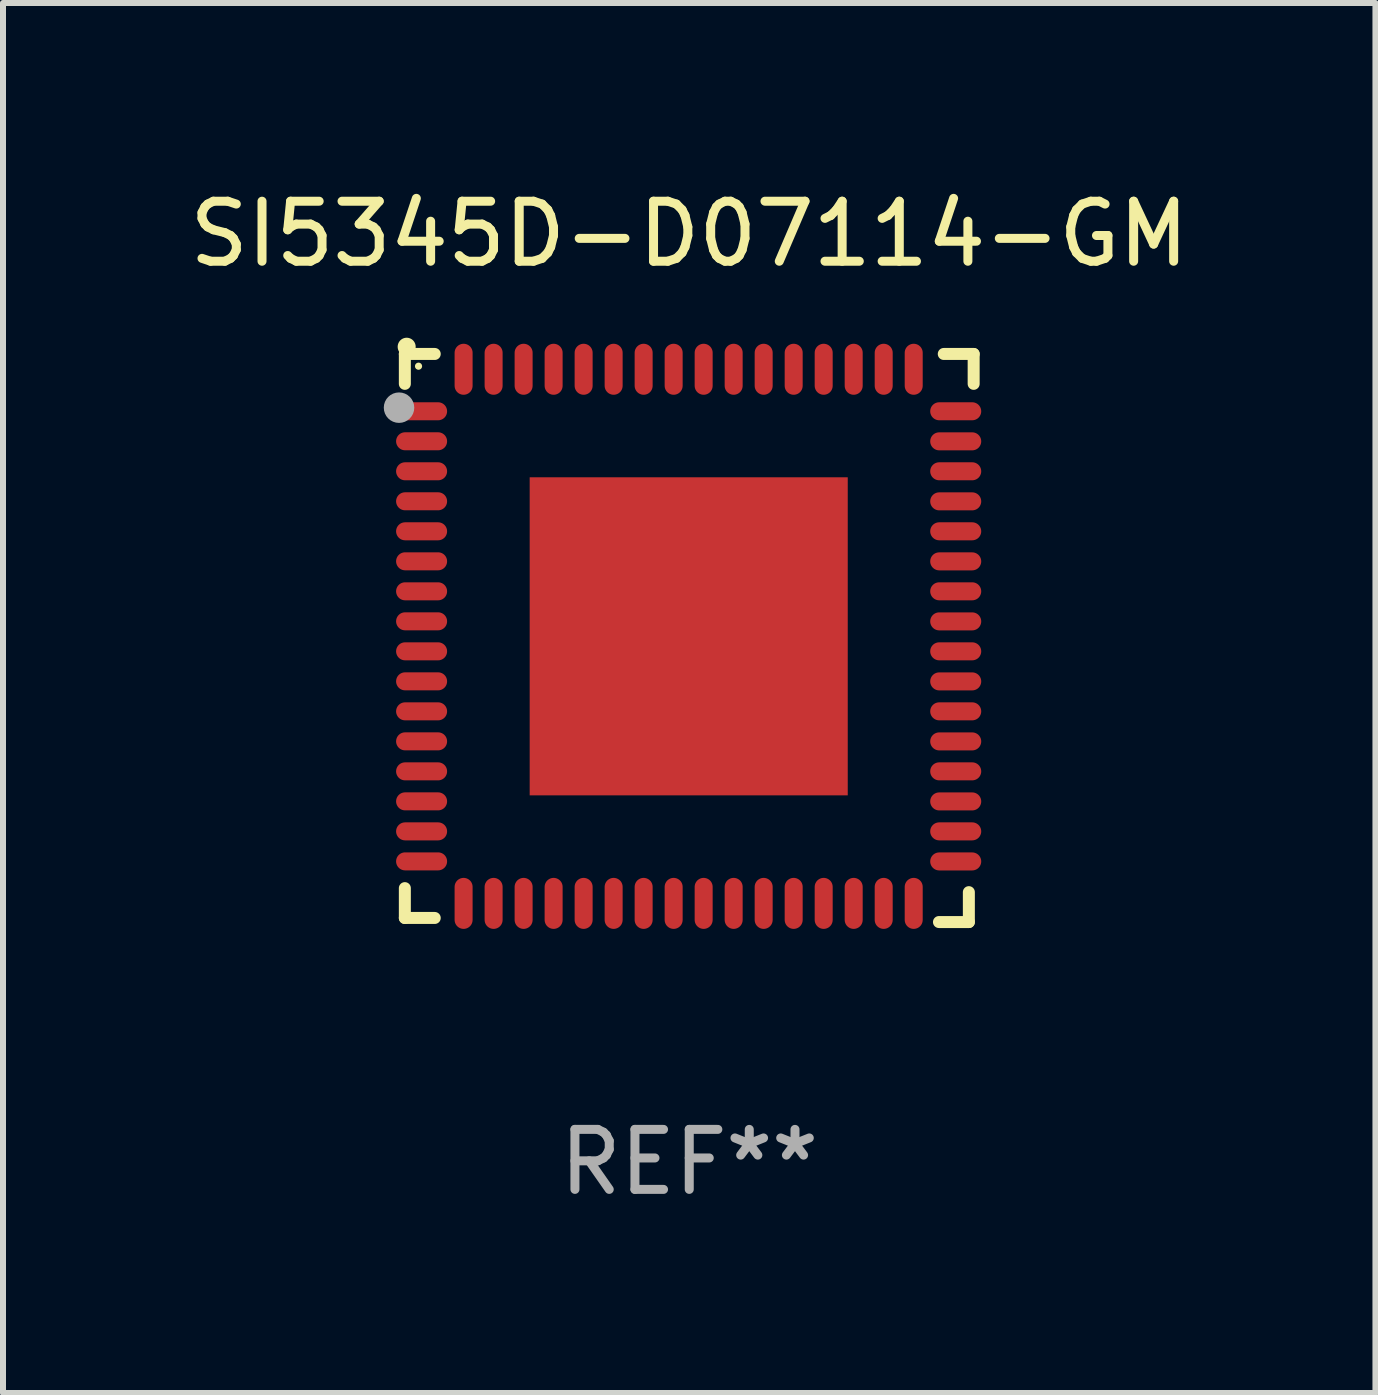
<source format=kicad_pcb>
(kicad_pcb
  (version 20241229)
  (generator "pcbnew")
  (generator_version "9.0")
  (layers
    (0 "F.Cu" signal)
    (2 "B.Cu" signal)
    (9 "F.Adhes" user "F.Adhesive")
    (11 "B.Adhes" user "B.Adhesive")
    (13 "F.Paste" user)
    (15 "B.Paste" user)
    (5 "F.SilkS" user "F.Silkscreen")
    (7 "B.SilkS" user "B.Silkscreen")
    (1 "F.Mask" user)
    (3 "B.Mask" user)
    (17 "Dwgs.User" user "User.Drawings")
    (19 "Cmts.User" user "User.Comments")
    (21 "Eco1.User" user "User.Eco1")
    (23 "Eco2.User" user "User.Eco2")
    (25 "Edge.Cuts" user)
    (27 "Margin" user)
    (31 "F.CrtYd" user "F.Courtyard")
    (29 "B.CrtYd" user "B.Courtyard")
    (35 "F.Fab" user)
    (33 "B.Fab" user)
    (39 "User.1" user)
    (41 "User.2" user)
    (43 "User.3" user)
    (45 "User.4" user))
  (footprint "SI5345D-D07114-GM"
    (layer "F.Cu")
    (at 8.435 7.581)
    (property "Reference" "SI5345D-D07114-GM" (at 0 -6.733 0) (layer "F.SilkS") (effects (font (size 1 1) (thickness 0.15))))
    (attr through_hole)
    (fp_line (start -4.739 -4.733) (end -4.241 -4.733) (stroke (width 0.2) (type solid)) (layer "F.SilkS"))
    (fp_line (start -4.739 -4.235) (end -4.739 -4.733) (stroke (width 0.2) (type solid)) (layer "F.SilkS"))
    (fp_line (start -4.739 4.168) (end -4.739 4.665) (stroke (width 0.2) (type solid)) (layer "F.SilkS"))
    (fp_line (start -4.739 4.665) (end -4.241 4.665) (stroke (width 0.2) (type solid)) (layer "F.SilkS"))
    (fp_line (start 4.161 4.733) (end 4.659 4.733) (stroke (width 0.2) (type solid)) (layer "F.SilkS"))
    (fp_line (start 4.241 -4.733) (end 4.739 -4.733) (stroke (width 0.2) (type solid)) (layer "F.SilkS"))
    (fp_line (start 4.659 4.733) (end 4.659 4.235) (stroke (width 0.2) (type solid)) (layer "F.SilkS"))
    (fp_line (start 4.739 -4.733) (end 4.739 -4.235) (stroke (width 0.2) (type solid)) (layer "F.SilkS"))
    (fp_arc (start -4.708623 -4.85108) (mid -4.708628 -4.85235) (end -4.708623 -4.85362) (stroke (width 0.3) (type solid)) (layer "F.SilkS"))
    (fp_circle (center -4.511 -4.529) (end -4.481 -4.529) (stroke (width 0.06) (type solid)) (fill no) (layer "F.SilkS"))
    (fp_circle (center -4.836 -3.838) (end -4.709 -3.838) (stroke (width 0.254) (type solid)) (fill no) (layer "F.Fab"))
    (fp_text user "REF**" (at 0 8.733 0) (layer "F.Fab") (effects (font (size 1 1) (thickness 0.15))))
    (pad "1" smd oval (at -4.46 -3.778) (size 0.85 0.3) (layers "F.Cu" "F.Mask" "F.Paste"))
    (pad "2" smd oval (at -4.46 -3.278) (size 0.85 0.3) (layers "F.Cu" "F.Mask" "F.Paste"))
    (pad "3" smd oval (at -4.46 -2.778) (size 0.85 0.3) (layers "F.Cu" "F.Mask" "F.Paste"))
    (pad "4" smd oval (at -4.46 -2.278) (size 0.85 0.3) (layers "F.Cu" "F.Mask" "F.Paste"))
    (pad "5" smd oval (at -4.46 -1.778) (size 0.85 0.3) (layers "F.Cu" "F.Mask" "F.Paste"))
    (pad "6" smd oval (at -4.46 -1.278) (size 0.85 0.3) (layers "F.Cu" "F.Mask" "F.Paste"))
    (pad "7" smd oval (at -4.46 -0.778) (size 0.85 0.3) (layers "F.Cu" "F.Mask" "F.Paste"))
    (pad "8" smd oval (at -4.46 -0.278) (size 0.85 0.3) (layers "F.Cu" "F.Mask" "F.Paste"))
    (pad "9" smd oval (at -4.46 0.222) (size 0.85 0.3) (layers "F.Cu" "F.Mask" "F.Paste"))
    (pad "10" smd oval (at -4.46 0.722) (size 0.85 0.3) (layers "F.Cu" "F.Mask" "F.Paste"))
    (pad "11" smd oval (at -4.46 1.222) (size 0.85 0.3) (layers "F.Cu" "F.Mask" "F.Paste"))
    (pad "12" smd oval (at -4.46 1.722) (size 0.85 0.3) (layers "F.Cu" "F.Mask" "F.Paste"))
    (pad "13" smd oval (at -4.46 2.222) (size 0.85 0.3) (layers "F.Cu" "F.Mask" "F.Paste"))
    (pad "14" smd oval (at -4.46 2.722) (size 0.85 0.3) (layers "F.Cu" "F.Mask" "F.Paste"))
    (pad "15" smd oval (at -4.46 3.222) (size 0.85 0.3) (layers "F.Cu" "F.Mask" "F.Paste"))
    (pad "16" smd oval (at -4.46 3.722) (size 0.85 0.3) (layers "F.Cu" "F.Mask" "F.Paste"))
    (pad "17" smd oval (at -3.76 4.422) (size 0.3 0.85) (layers "F.Cu" "F.Mask" "F.Paste"))
    (pad "18" smd oval (at -3.26 4.422) (size 0.3 0.85) (layers "F.Cu" "F.Mask" "F.Paste"))
    (pad "19" smd oval (at -2.76 4.422) (size 0.3 0.85) (layers "F.Cu" "F.Mask" "F.Paste"))
    (pad "20" smd oval (at -2.26 4.422) (size 0.3 0.85) (layers "F.Cu" "F.Mask" "F.Paste"))
    (pad "21" smd oval (at -1.76 4.422) (size 0.3 0.85) (layers "F.Cu" "F.Mask" "F.Paste"))
    (pad "22" smd oval (at -1.26 4.422) (size 0.3 0.85) (layers "F.Cu" "F.Mask" "F.Paste"))
    (pad "23" smd oval (at -0.76 4.422) (size 0.3 0.85) (layers "F.Cu" "F.Mask" "F.Paste"))
    (pad "24" smd oval (at -0.26 4.422) (size 0.3 0.85) (layers "F.Cu" "F.Mask" "F.Paste"))
    (pad "25" smd oval (at 0.24 4.422) (size 0.3 0.85) (layers "F.Cu" "F.Mask" "F.Paste"))
    (pad "26" smd oval (at 0.74 4.422) (size 0.3 0.85) (layers "F.Cu" "F.Mask" "F.Paste"))
    (pad "27" smd oval (at 1.24 4.422) (size 0.3 0.85) (layers "F.Cu" "F.Mask" "F.Paste"))
    (pad "28" smd oval (at 1.74 4.422) (size 0.3 0.85) (layers "F.Cu" "F.Mask" "F.Paste"))
    (pad "29" smd oval (at 2.24 4.422) (size 0.3 0.85) (layers "F.Cu" "F.Mask" "F.Paste"))
    (pad "30" smd oval (at 2.74 4.422) (size 0.3 0.85) (layers "F.Cu" "F.Mask" "F.Paste"))
    (pad "31" smd oval (at 3.24 4.422) (size 0.3 0.85) (layers "F.Cu" "F.Mask" "F.Paste"))
    (pad "32" smd oval (at 3.74 4.422) (size 0.3 0.85) (layers "F.Cu" "F.Mask" "F.Paste"))
    (pad "33" smd oval (at 4.44 3.723) (size 0.85 0.3) (layers "F.Cu" "F.Mask" "F.Paste"))
    (pad "34" smd oval (at 4.44 3.222) (size 0.85 0.3) (layers "F.Cu" "F.Mask" "F.Paste"))
    (pad "35" smd oval (at 4.44 2.723) (size 0.85 0.3) (layers "F.Cu" "F.Mask" "F.Paste"))
    (pad "36" smd oval (at 4.44 2.222) (size 0.85 0.3) (layers "F.Cu" "F.Mask" "F.Paste"))
    (pad "37" smd oval (at 4.44 1.723) (size 0.85 0.3) (layers "F.Cu" "F.Mask" "F.Paste"))
    (pad "38" smd oval (at 4.44 1.222) (size 0.85 0.3) (layers "F.Cu" "F.Mask" "F.Paste"))
    (pad "39" smd oval (at 4.44 0.723) (size 0.85 0.3) (layers "F.Cu" "F.Mask" "F.Paste"))
    (pad "40" smd oval (at 4.44 0.222) (size 0.85 0.3) (layers "F.Cu" "F.Mask" "F.Paste"))
    (pad "41" smd oval (at 4.44 -0.277) (size 0.85 0.3) (layers "F.Cu" "F.Mask" "F.Paste"))
    (pad "42" smd oval (at 4.44 -0.778) (size 0.85 0.3) (layers "F.Cu" "F.Mask" "F.Paste"))
    (pad "43" smd oval (at 4.44 -1.277) (size 0.85 0.3) (layers "F.Cu" "F.Mask" "F.Paste"))
    (pad "44" smd oval (at 4.44 -1.778) (size 0.85 0.3) (layers "F.Cu" "F.Mask" "F.Paste"))
    (pad "45" smd oval (at 4.44 -2.277) (size 0.85 0.3) (layers "F.Cu" "F.Mask" "F.Paste"))
    (pad "46" smd oval (at 4.44 -2.778) (size 0.85 0.3) (layers "F.Cu" "F.Mask" "F.Paste"))
    (pad "47" smd oval (at 4.44 -3.277) (size 0.85 0.3) (layers "F.Cu" "F.Mask" "F.Paste"))
    (pad "48" smd oval (at 4.44 -3.778) (size 0.85 0.3) (layers "F.Cu" "F.Mask" "F.Paste"))
    (pad "49" smd oval (at 3.74 -4.478) (size 0.3 0.85) (layers "F.Cu" "F.Mask" "F.Paste"))
    (pad "50" smd oval (at 3.24 -4.478) (size 0.3 0.85) (layers "F.Cu" "F.Mask" "F.Paste"))
    (pad "51" smd oval (at 2.74 -4.478) (size 0.3 0.85) (layers "F.Cu" "F.Mask" "F.Paste"))
    (pad "52" smd oval (at 2.24 -4.478) (size 0.3 0.85) (layers "F.Cu" "F.Mask" "F.Paste"))
    (pad "53" smd oval (at 1.74 -4.478) (size 0.3 0.85) (layers "F.Cu" "F.Mask" "F.Paste"))
    (pad "54" smd oval (at 1.24 -4.478) (size 0.3 0.85) (layers "F.Cu" "F.Mask" "F.Paste"))
    (pad "55" smd oval (at 0.74 -4.478) (size 0.3 0.85) (layers "F.Cu" "F.Mask" "F.Paste"))
    (pad "56" smd oval (at 0.24 -4.478) (size 0.3 0.85) (layers "F.Cu" "F.Mask" "F.Paste"))
    (pad "57" smd oval (at -0.26 -4.478) (size 0.3 0.85) (layers "F.Cu" "F.Mask" "F.Paste"))
    (pad "58" smd oval (at -0.76 -4.478) (size 0.3 0.85) (layers "F.Cu" "F.Mask" "F.Paste"))
    (pad "59" smd oval (at -1.26 -4.478) (size 0.3 0.85) (layers "F.Cu" "F.Mask" "F.Paste"))
    (pad "60" smd oval (at -1.76 -4.478) (size 0.3 0.85) (layers "F.Cu" "F.Mask" "F.Paste"))
    (pad "61" smd oval (at -2.26 -4.478) (size 0.3 0.85) (layers "F.Cu" "F.Mask" "F.Paste"))
    (pad "62" smd oval (at -2.76 -4.478) (size 0.3 0.85) (layers "F.Cu" "F.Mask" "F.Paste"))
    (pad "63" smd oval (at -3.26 -4.478) (size 0.3 0.85) (layers "F.Cu" "F.Mask" "F.Paste"))
    (pad "64" smd oval (at -3.76 -4.478) (size 0.3 0.85) (layers "F.Cu" "F.Mask" "F.Paste"))
    (pad "65" smd rect (at -0.009 -0.028 90) (size 5.3 5.3) (layers "F.Cu" "F.Mask" "F.Paste")))
  (gr_rect
    (start -3 -3)
    (end 19.869 20.162)
    (stroke (width 0.1) (type default))
    (fill no)
    (layer "Edge.Cuts")))
</source>
